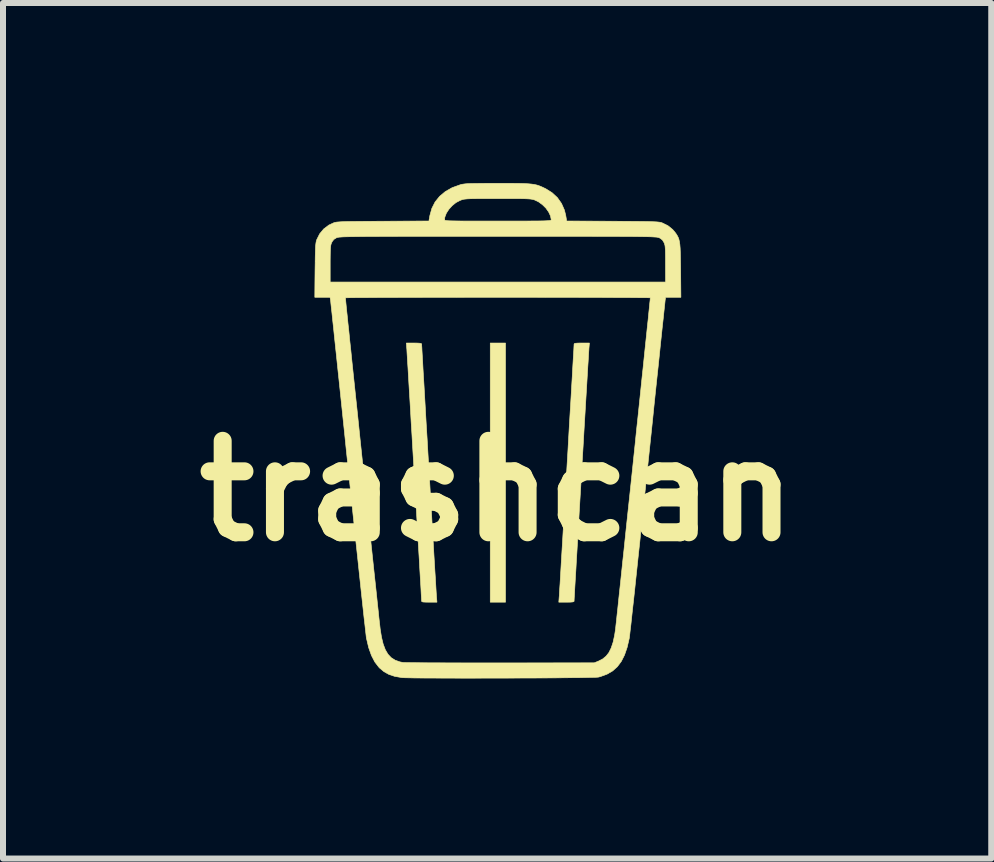
<source format=kicad_pcb>
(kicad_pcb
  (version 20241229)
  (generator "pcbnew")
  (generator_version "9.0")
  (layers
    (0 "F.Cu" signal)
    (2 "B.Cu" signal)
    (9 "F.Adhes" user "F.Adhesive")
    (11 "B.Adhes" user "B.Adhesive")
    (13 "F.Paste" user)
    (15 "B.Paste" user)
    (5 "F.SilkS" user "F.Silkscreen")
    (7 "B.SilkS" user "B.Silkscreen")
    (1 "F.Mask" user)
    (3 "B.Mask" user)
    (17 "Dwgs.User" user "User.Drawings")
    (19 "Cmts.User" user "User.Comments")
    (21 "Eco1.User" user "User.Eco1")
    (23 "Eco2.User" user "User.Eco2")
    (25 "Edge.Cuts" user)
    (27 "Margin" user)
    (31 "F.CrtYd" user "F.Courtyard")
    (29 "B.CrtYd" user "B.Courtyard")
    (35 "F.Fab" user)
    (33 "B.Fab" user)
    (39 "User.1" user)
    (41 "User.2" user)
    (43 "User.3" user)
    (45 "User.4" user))
  (footprint "trashcan"
    (layer "F.Cu")
    (at 5.232 5.129)
    (property "Reference" "trashcan" (at 0 0 0) (layer "F.SilkS") (effects (font (size 1.524 1.524) (thickness 0.3))))
    (attr through_hole)
    (fp_poly (pts (xy 0.14 1.854) (xy -0.114 1.854) (xy -0.114 -2.464) (xy 0.14 -2.464) (xy 0.14 1.854)) (stroke (width 0.01) (type solid)) (fill yes) (layer "F.SilkS"))
    (fp_poly (pts (xy -1.324 -2.463) (xy -1.285 -2.46) (xy -1.264 -2.455) (xy -1.257 -2.447) (xy -1.257 -2.447) (xy -1.257 -2.431) (xy -1.254 -2.391) (xy -1.251 -2.33) (xy -1.246 -2.247) (xy -1.24 -2.146) (xy -1.234 -2.028) (xy -1.226 -1.894) (xy -1.217 -1.747) (xy -1.208 -1.587) (xy -1.198 -1.416) (xy -1.188 -1.236) (xy -1.177 -1.049) (xy -1.165 -0.856) (xy -1.154 -0.658) (xy -1.142 -0.458) (xy -1.13 -0.257) (xy -1.118 -0.057) (xy -1.107 0.141) (xy -1.095 0.335) (xy -1.084 0.523) (xy -1.073 0.704) (xy -1.063 0.877) (xy -1.054 1.038) (xy -1.045 1.188) (xy -1.037 1.324) (xy -1.029 1.445) (xy -1.023 1.549) (xy -1.018 1.634) (xy -1.014 1.699) (xy -1.011 1.743) (xy -1.01 1.762) (xy -1.002 1.854) (xy -1.13 1.854) (xy -1.19 1.853) (xy -1.23 1.851) (xy -1.251 1.846) (xy -1.257 1.838) (xy -1.257 1.837) (xy -1.258 1.821) (xy -1.26 1.782) (xy -1.264 1.72) (xy -1.268 1.638) (xy -1.274 1.537) (xy -1.281 1.419) (xy -1.289 1.285) (xy -1.297 1.137) (xy -1.307 0.977) (xy -1.317 0.806) (xy -1.327 0.626) (xy -1.338 0.439) (xy -1.349 0.246) (xy -1.361 0.049) (xy -1.373 -0.151) (xy -1.384 -0.352) (xy -1.396 -0.552) (xy -1.408 -0.75) (xy -1.419 -0.944) (xy -1.431 -1.133) (xy -1.441 -1.314) (xy -1.451 -1.486) (xy -1.461 -1.648) (xy -1.47 -1.798) (xy -1.478 -1.934) (xy -1.485 -2.055) (xy -1.492 -2.159) (xy -1.497 -2.244) (xy -1.501 -2.309) (xy -1.503 -2.352) (xy -1.505 -2.372) (xy -1.512 -2.464) (xy -1.385 -2.464) (xy -1.324 -2.463)) (stroke (width 0.01) (type solid)) (fill yes) (layer "F.SilkS"))
    (fp_poly (pts (xy 1.53 -2.372) (xy 1.529 -2.351) (xy 1.526 -2.307) (xy 1.522 -2.241) (xy 1.517 -2.155) (xy 1.51 -2.05) (xy 1.503 -1.928) (xy 1.495 -1.792) (xy 1.486 -1.641) (xy 1.476 -1.479) (xy 1.466 -1.306) (xy 1.455 -1.125) (xy 1.444 -0.936) (xy 1.433 -0.742) (xy 1.421 -0.544) (xy 1.409 -0.343) (xy 1.398 -0.143) (xy 1.386 0.057) (xy 1.374 0.254) (xy 1.363 0.447) (xy 1.352 0.634) (xy 1.342 0.814) (xy 1.332 0.984) (xy 1.322 1.144) (xy 1.314 1.291) (xy 1.306 1.424) (xy 1.299 1.542) (xy 1.293 1.642) (xy 1.289 1.723) (xy 1.285 1.784) (xy 1.283 1.822) (xy 1.283 1.837) (xy 1.277 1.845) (xy 1.257 1.85) (xy 1.22 1.853) (xy 1.161 1.854) (xy 1.155 1.854) (xy 1.028 1.854) (xy 1.035 1.762) (xy 1.037 1.741) (xy 1.039 1.697) (xy 1.043 1.631) (xy 1.049 1.545) (xy 1.055 1.44) (xy 1.062 1.319) (xy 1.07 1.182) (xy 1.079 1.032) (xy 1.089 0.869) (xy 1.099 0.696) (xy 1.11 0.515) (xy 1.121 0.326) (xy 1.133 0.132) (xy 1.144 -0.066) (xy 1.156 -0.266) (xy 1.168 -0.467) (xy 1.18 -0.667) (xy 1.191 -0.864) (xy 1.202 -1.057) (xy 1.213 -1.244) (xy 1.224 -1.424) (xy 1.234 -1.594) (xy 1.243 -1.753) (xy 1.252 -1.901) (xy 1.259 -2.034) (xy 1.266 -2.151) (xy 1.272 -2.251) (xy 1.277 -2.333) (xy 1.28 -2.393) (xy 1.282 -2.432) (xy 1.283 -2.447) (xy 1.288 -2.455) (xy 1.308 -2.46) (xy 1.346 -2.463) (xy 1.405 -2.464) (xy 1.41 -2.464) (xy 1.538 -2.464) (xy 1.53 -2.372)) (stroke (width 0.01) (type solid)) (fill yes) (layer "F.SilkS"))
    (fp_poly (pts (xy 0.154 -5.124) (xy 0.272 -5.124) (xy 0.371 -5.123) (xy 0.452 -5.121) (xy 0.519 -5.117) (xy 0.575 -5.112) (xy 0.622 -5.105) (xy 0.663 -5.096) (xy 0.7 -5.084) (xy 0.737 -5.069) (xy 0.776 -5.051) (xy 0.811 -5.034) (xy 0.915 -4.969) (xy 1.004 -4.887) (xy 1.073 -4.789) (xy 1.122 -4.678) (xy 1.144 -4.588) (xy 1.159 -4.497) (xy 1.923 -4.493) (xy 2.082 -4.492) (xy 2.219 -4.491) (xy 2.334 -4.49) (xy 2.429 -4.489) (xy 2.508 -4.488) (xy 2.571 -4.486) (xy 2.621 -4.484) (xy 2.66 -4.482) (xy 2.69 -4.479) (xy 2.713 -4.476) (xy 2.732 -4.472) (xy 2.747 -4.467) (xy 2.75 -4.466) (xy 2.846 -4.419) (xy 2.925 -4.355) (xy 2.961 -4.313) (xy 2.984 -4.282) (xy 3.002 -4.253) (xy 3.017 -4.224) (xy 3.029 -4.191) (xy 3.038 -4.151) (xy 3.045 -4.103) (xy 3.05 -4.042) (xy 3.053 -3.967) (xy 3.055 -3.874) (xy 3.057 -3.76) (xy 3.058 -3.673) (xy 3.062 -3.226) (xy 2.808 -3.226) (xy 2.801 -3.185) (xy 2.799 -3.168) (xy 2.795 -3.128) (xy 2.788 -3.064) (xy 2.779 -2.979) (xy 2.768 -2.873) (xy 2.754 -2.748) (xy 2.739 -2.605) (xy 2.722 -2.444) (xy 2.704 -2.268) (xy 2.684 -2.076) (xy 2.662 -1.872) (xy 2.639 -1.655) (xy 2.615 -1.426) (xy 2.591 -1.188) (xy 2.565 -0.94) (xy 2.538 -0.685) (xy 2.511 -0.424) (xy 2.508 -0.394) (xy 2.48 -0.131) (xy 2.453 0.127) (xy 2.427 0.377) (xy 2.401 0.618) (xy 2.377 0.851) (xy 2.353 1.072) (xy 2.331 1.281) (xy 2.31 1.478) (xy 2.291 1.66) (xy 2.273 1.826) (xy 2.256 1.976) (xy 2.242 2.107) (xy 2.23 2.22) (xy 2.219 2.312) (xy 2.211 2.383) (xy 2.205 2.43) (xy 2.202 2.454) (xy 2.202 2.455) (xy 2.167 2.606) (xy 2.123 2.734) (xy 2.069 2.841) (xy 2.003 2.929) (xy 1.925 2.999) (xy 1.832 3.053) (xy 1.723 3.093) (xy 1.689 3.102) (xy 1.669 3.104) (xy 1.625 3.106) (xy 1.559 3.107) (xy 1.474 3.109) (xy 1.371 3.111) (xy 1.252 3.112) (xy 1.119 3.113) (xy 0.973 3.115) (xy 0.818 3.116) (xy 0.654 3.117) (xy 0.483 3.117) (xy 0.308 3.118) (xy 0.13 3.119) (xy -0.049 3.119) (xy -0.227 3.119) (xy -0.402 3.12) (xy -0.572 3.12) (xy -0.735 3.119) (xy -0.89 3.119) (xy -1.034 3.118) (xy -1.166 3.118) (xy -1.283 3.117) (xy -1.385 3.116) (xy -1.468 3.114) (xy -1.532 3.113) (xy -1.574 3.111) (xy -1.587 3.11) (xy -1.704 3.09) (xy -1.801 3.058) (xy -1.884 3.012) (xy -1.957 2.951) (xy -1.971 2.936) (xy -2.037 2.85) (xy -2.093 2.742) (xy -2.139 2.613) (xy -2.175 2.461) (xy -2.177 2.455) (xy -2.18 2.433) (xy -2.185 2.387) (xy -2.193 2.318) (xy -2.203 2.227) (xy -2.216 2.116) (xy -2.23 1.986) (xy -2.246 1.838) (xy -2.264 1.672) (xy -2.283 1.492) (xy -2.304 1.296) (xy -2.326 1.088) (xy -2.35 0.867) (xy -2.374 0.636) (xy -2.4 0.395) (xy -2.426 0.145) (xy -2.453 -0.112) (xy -2.48 -0.374) (xy -2.482 -0.394) (xy -2.51 -0.656) (xy -2.536 -0.912) (xy -2.562 -1.16) (xy -2.587 -1.4) (xy -2.611 -1.629) (xy -2.634 -1.848) (xy -2.656 -2.054) (xy -2.676 -2.247) (xy -2.695 -2.425) (xy -2.712 -2.587) (xy -2.727 -2.733) (xy -2.741 -2.86) (xy -2.752 -2.968) (xy -2.762 -3.056) (xy -2.769 -3.122) (xy -2.773 -3.165) (xy -2.776 -3.184) (xy -2.776 -3.185) (xy -2.781 -3.217) (xy -2.527 -3.217) (xy -2.526 -3.202) (xy -2.522 -3.163) (xy -2.516 -3.102) (xy -2.508 -3.02) (xy -2.497 -2.918) (xy -2.485 -2.797) (xy -2.47 -2.661) (xy -2.455 -2.508) (xy -2.437 -2.342) (xy -2.419 -2.163) (xy -2.399 -1.973) (xy -2.378 -1.773) (xy -2.356 -1.564) (xy -2.333 -1.349) (xy -2.31 -1.128) (xy -2.287 -0.903) (xy -2.263 -0.675) (xy -2.239 -0.446) (xy -2.215 -0.217) (xy -2.191 0.01) (xy -2.167 0.235) (xy -2.144 0.455) (xy -2.121 0.67) (xy -2.1 0.877) (xy -2.079 1.076) (xy -2.059 1.265) (xy -2.04 1.443) (xy -2.022 1.608) (xy -2.006 1.759) (xy -1.992 1.894) (xy -1.979 2.013) (xy -1.969 2.113) (xy -1.96 2.193) (xy -1.953 2.252) (xy -1.949 2.289) (xy -1.948 2.299) (xy -1.926 2.437) (xy -1.898 2.552) (xy -1.862 2.647) (xy -1.818 2.721) (xy -1.764 2.779) (xy -1.699 2.82) (xy -1.621 2.848) (xy -1.576 2.857) (xy -1.556 2.859) (xy -1.513 2.86) (xy -1.447 2.861) (xy -1.36 2.862) (xy -1.255 2.863) (xy -1.132 2.864) (xy -0.993 2.864) (xy -0.84 2.865) (xy -0.675 2.865) (xy -0.499 2.866) (xy -0.313 2.866) (xy -0.12 2.866) (xy 0.051 2.866) (xy 1.619 2.864) (xy 1.691 2.835) (xy 1.759 2.8) (xy 1.816 2.753) (xy 1.863 2.693) (xy 1.901 2.616) (xy 1.933 2.52) (xy 1.958 2.404) (xy 1.974 2.299) (xy 1.976 2.276) (xy 1.981 2.229) (xy 1.989 2.161) (xy 1.998 2.072) (xy 2.01 1.964) (xy 2.023 1.838) (xy 2.038 1.696) (xy 2.055 1.539) (xy 2.073 1.368) (xy 2.092 1.185) (xy 2.113 0.992) (xy 2.134 0.789) (xy 2.156 0.578) (xy 2.179 0.361) (xy 2.203 0.138) (xy 2.227 -0.088) (xy 2.251 -0.316) (xy 2.275 -0.545) (xy 2.299 -0.774) (xy 2.322 -1.001) (xy 2.346 -1.224) (xy 2.369 -1.443) (xy 2.391 -1.655) (xy 2.412 -1.86) (xy 2.433 -2.056) (xy 2.452 -2.241) (xy 2.47 -2.415) (xy 2.487 -2.576) (xy 2.502 -2.722) (xy 2.516 -2.851) (xy 2.527 -2.964) (xy 2.537 -3.058) (xy 2.544 -3.131) (xy 2.55 -3.183) (xy 2.552 -3.211) (xy 2.553 -3.217) (xy 2.54 -3.218) (xy 2.504 -3.219) (xy 2.444 -3.22) (xy 2.362 -3.22) (xy 2.26 -3.221) (xy 2.139 -3.222) (xy 1.999 -3.222) (xy 1.842 -3.223) (xy 1.67 -3.224) (xy 1.483 -3.224) (xy 1.283 -3.225) (xy 1.07 -3.225) (xy 0.847 -3.225) (xy 0.613 -3.226) (xy 0.371 -3.226) (xy 0.122 -3.226) (xy 0.013 -3.226) (xy -0.239 -3.226) (xy -0.485 -3.226) (xy -0.722 -3.225) (xy -0.95 -3.225) (xy -1.167 -3.225) (xy -1.373 -3.224) (xy -1.566 -3.224) (xy -1.745 -3.223) (xy -1.908 -3.223) (xy -2.055 -3.222) (xy -2.185 -3.221) (xy -2.295 -3.221) (xy -2.386 -3.22) (xy -2.455 -3.219) (xy -2.502 -3.218) (xy -2.525 -3.217) (xy -2.527 -3.217) (xy -2.781 -3.217) (xy -2.782 -3.226) (xy -3.037 -3.226) (xy -3.035 -3.48) (xy -2.781 -3.48) (xy 2.807 -3.48) (xy 2.806 -3.781) (xy 2.806 -3.878) (xy 2.805 -3.954) (xy 2.804 -4.011) (xy 2.801 -4.053) (xy 2.798 -4.084) (xy 2.792 -4.108) (xy 2.785 -4.129) (xy 2.781 -4.137) (xy 2.755 -4.18) (xy 2.718 -4.209) (xy 2.702 -4.217) (xy 2.696 -4.219) (xy 2.688 -4.222) (xy 2.678 -4.224) (xy 2.665 -4.227) (xy 2.648 -4.229) (xy 2.626 -4.23) (xy 2.597 -4.232) (xy 2.561 -4.234) (xy 2.517 -4.235) (xy 2.464 -4.236) (xy 2.4 -4.237) (xy 2.325 -4.238) (xy 2.237 -4.239) (xy 2.135 -4.239) (xy 2.02 -4.24) (xy 1.888 -4.24) (xy 1.74 -4.24) (xy 1.574 -4.241) (xy 1.39 -4.241) (xy 1.186 -4.241) (xy 0.961 -4.241) (xy 0.714 -4.241) (xy 0.445 -4.241) (xy 0.151 -4.241) (xy 0.013 -4.241) (xy -0.292 -4.241) (xy -0.572 -4.241) (xy -0.829 -4.241) (xy -1.063 -4.241) (xy -1.276 -4.241) (xy -1.469 -4.241) (xy -1.643 -4.241) (xy -1.799 -4.24) (xy -1.938 -4.24) (xy -2.06 -4.239) (xy -2.168 -4.239) (xy -2.262 -4.238) (xy -2.342 -4.237) (xy -2.411 -4.236) (xy -2.469 -4.235) (xy -2.517 -4.234) (xy -2.557 -4.233) (xy -2.588 -4.231) (xy -2.613 -4.229) (xy -2.633 -4.228) (xy -2.647 -4.225) (xy -2.658 -4.223) (xy -2.667 -4.221) (xy -2.674 -4.218) (xy -2.677 -4.217) (xy -2.72 -4.19) (xy -2.748 -4.153) (xy -2.756 -4.137) (xy -2.764 -4.118) (xy -2.77 -4.096) (xy -2.774 -4.069) (xy -2.777 -4.032) (xy -2.779 -3.982) (xy -2.78 -3.915) (xy -2.781 -3.829) (xy -2.781 -3.781) (xy -2.781 -3.48) (xy -3.035 -3.48) (xy -3.033 -3.673) (xy -3.031 -3.794) (xy -3.03 -3.893) (xy -3.028 -3.971) (xy -3.026 -4.033) (xy -3.024 -4.08) (xy -3.02 -4.116) (xy -3.016 -4.144) (xy -3.011 -4.166) (xy -3.005 -4.185) (xy -2.956 -4.283) (xy -2.888 -4.365) (xy -2.803 -4.429) (xy -2.724 -4.466) (xy -2.709 -4.471) (xy -2.692 -4.475) (xy -2.67 -4.479) (xy -2.642 -4.481) (xy -2.604 -4.484) (xy -2.557 -4.486) (xy -2.496 -4.488) (xy -2.421 -4.489) (xy -2.328 -4.49) (xy -2.217 -4.491) (xy -2.085 -4.492) (xy -1.931 -4.493) (xy -1.898 -4.493) (xy -1.135 -4.497) (xy -1.132 -4.519) (xy -0.876 -4.519) (xy -0.875 -4.514) (xy -0.872 -4.511) (xy -0.863 -4.507) (xy -0.848 -4.505) (xy -0.825 -4.502) (xy -0.792 -4.5) (xy -0.748 -4.499) (xy -0.69 -4.498) (xy -0.617 -4.497) (xy -0.527 -4.496) (xy -0.418 -4.496) (xy -0.289 -4.496) (xy -0.138 -4.496) (xy 0.013 -4.496) (xy 0.185 -4.496) (xy 0.333 -4.496) (xy 0.459 -4.496) (xy 0.565 -4.497) (xy 0.653 -4.497) (xy 0.724 -4.498) (xy 0.78 -4.499) (xy 0.823 -4.501) (xy 0.854 -4.503) (xy 0.876 -4.505) (xy 0.89 -4.508) (xy 0.898 -4.511) (xy 0.901 -4.515) (xy 0.902 -4.519) (xy 0.89 -4.581) (xy 0.859 -4.647) (xy 0.813 -4.712) (xy 0.754 -4.77) (xy 0.689 -4.817) (xy 0.641 -4.84) (xy 0.623 -4.848) (xy 0.605 -4.854) (xy 0.586 -4.858) (xy 0.562 -4.862) (xy 0.532 -4.865) (xy 0.493 -4.867) (xy 0.441 -4.869) (xy 0.376 -4.87) (xy 0.294 -4.87) (xy 0.193 -4.87) (xy 0.069 -4.87) (xy 0.013 -4.87) (xy -0.12 -4.87) (xy -0.23 -4.87) (xy -0.32 -4.87) (xy -0.391 -4.869) (xy -0.448 -4.868) (xy -0.492 -4.866) (xy -0.525 -4.863) (xy -0.551 -4.86) (xy -0.572 -4.856) (xy -0.59 -4.85) (xy -0.608 -4.843) (xy -0.616 -4.84) (xy -0.685 -4.804) (xy -0.749 -4.752) (xy -0.804 -4.691) (xy -0.846 -4.626) (xy -0.871 -4.561) (xy -0.876 -4.519) (xy -1.132 -4.519) (xy -1.12 -4.588) (xy -1.087 -4.707) (xy -1.033 -4.814) (xy -0.957 -4.908) (xy -0.863 -4.987) (xy -0.749 -5.052) (xy -0.619 -5.099) (xy -0.61 -5.102) (xy -0.587 -5.108) (xy -0.561 -5.112) (xy -0.53 -5.116) (xy -0.492 -5.119) (xy -0.442 -5.121) (xy -0.38 -5.122) (xy -0.302 -5.123) (xy -0.206 -5.124) (xy -0.089 -5.124) (xy 0.013 -5.124) (xy 0.154 -5.124)) (stroke (width 0.01) (type solid)) (fill yes) (layer "F.SilkS")))
  (gr_rect
    (start -3 -3)
    (end 13.465 11.254)
    (stroke (width 0.1) (type default))
    (fill no)
    (layer "Edge.Cuts")))
</source>
